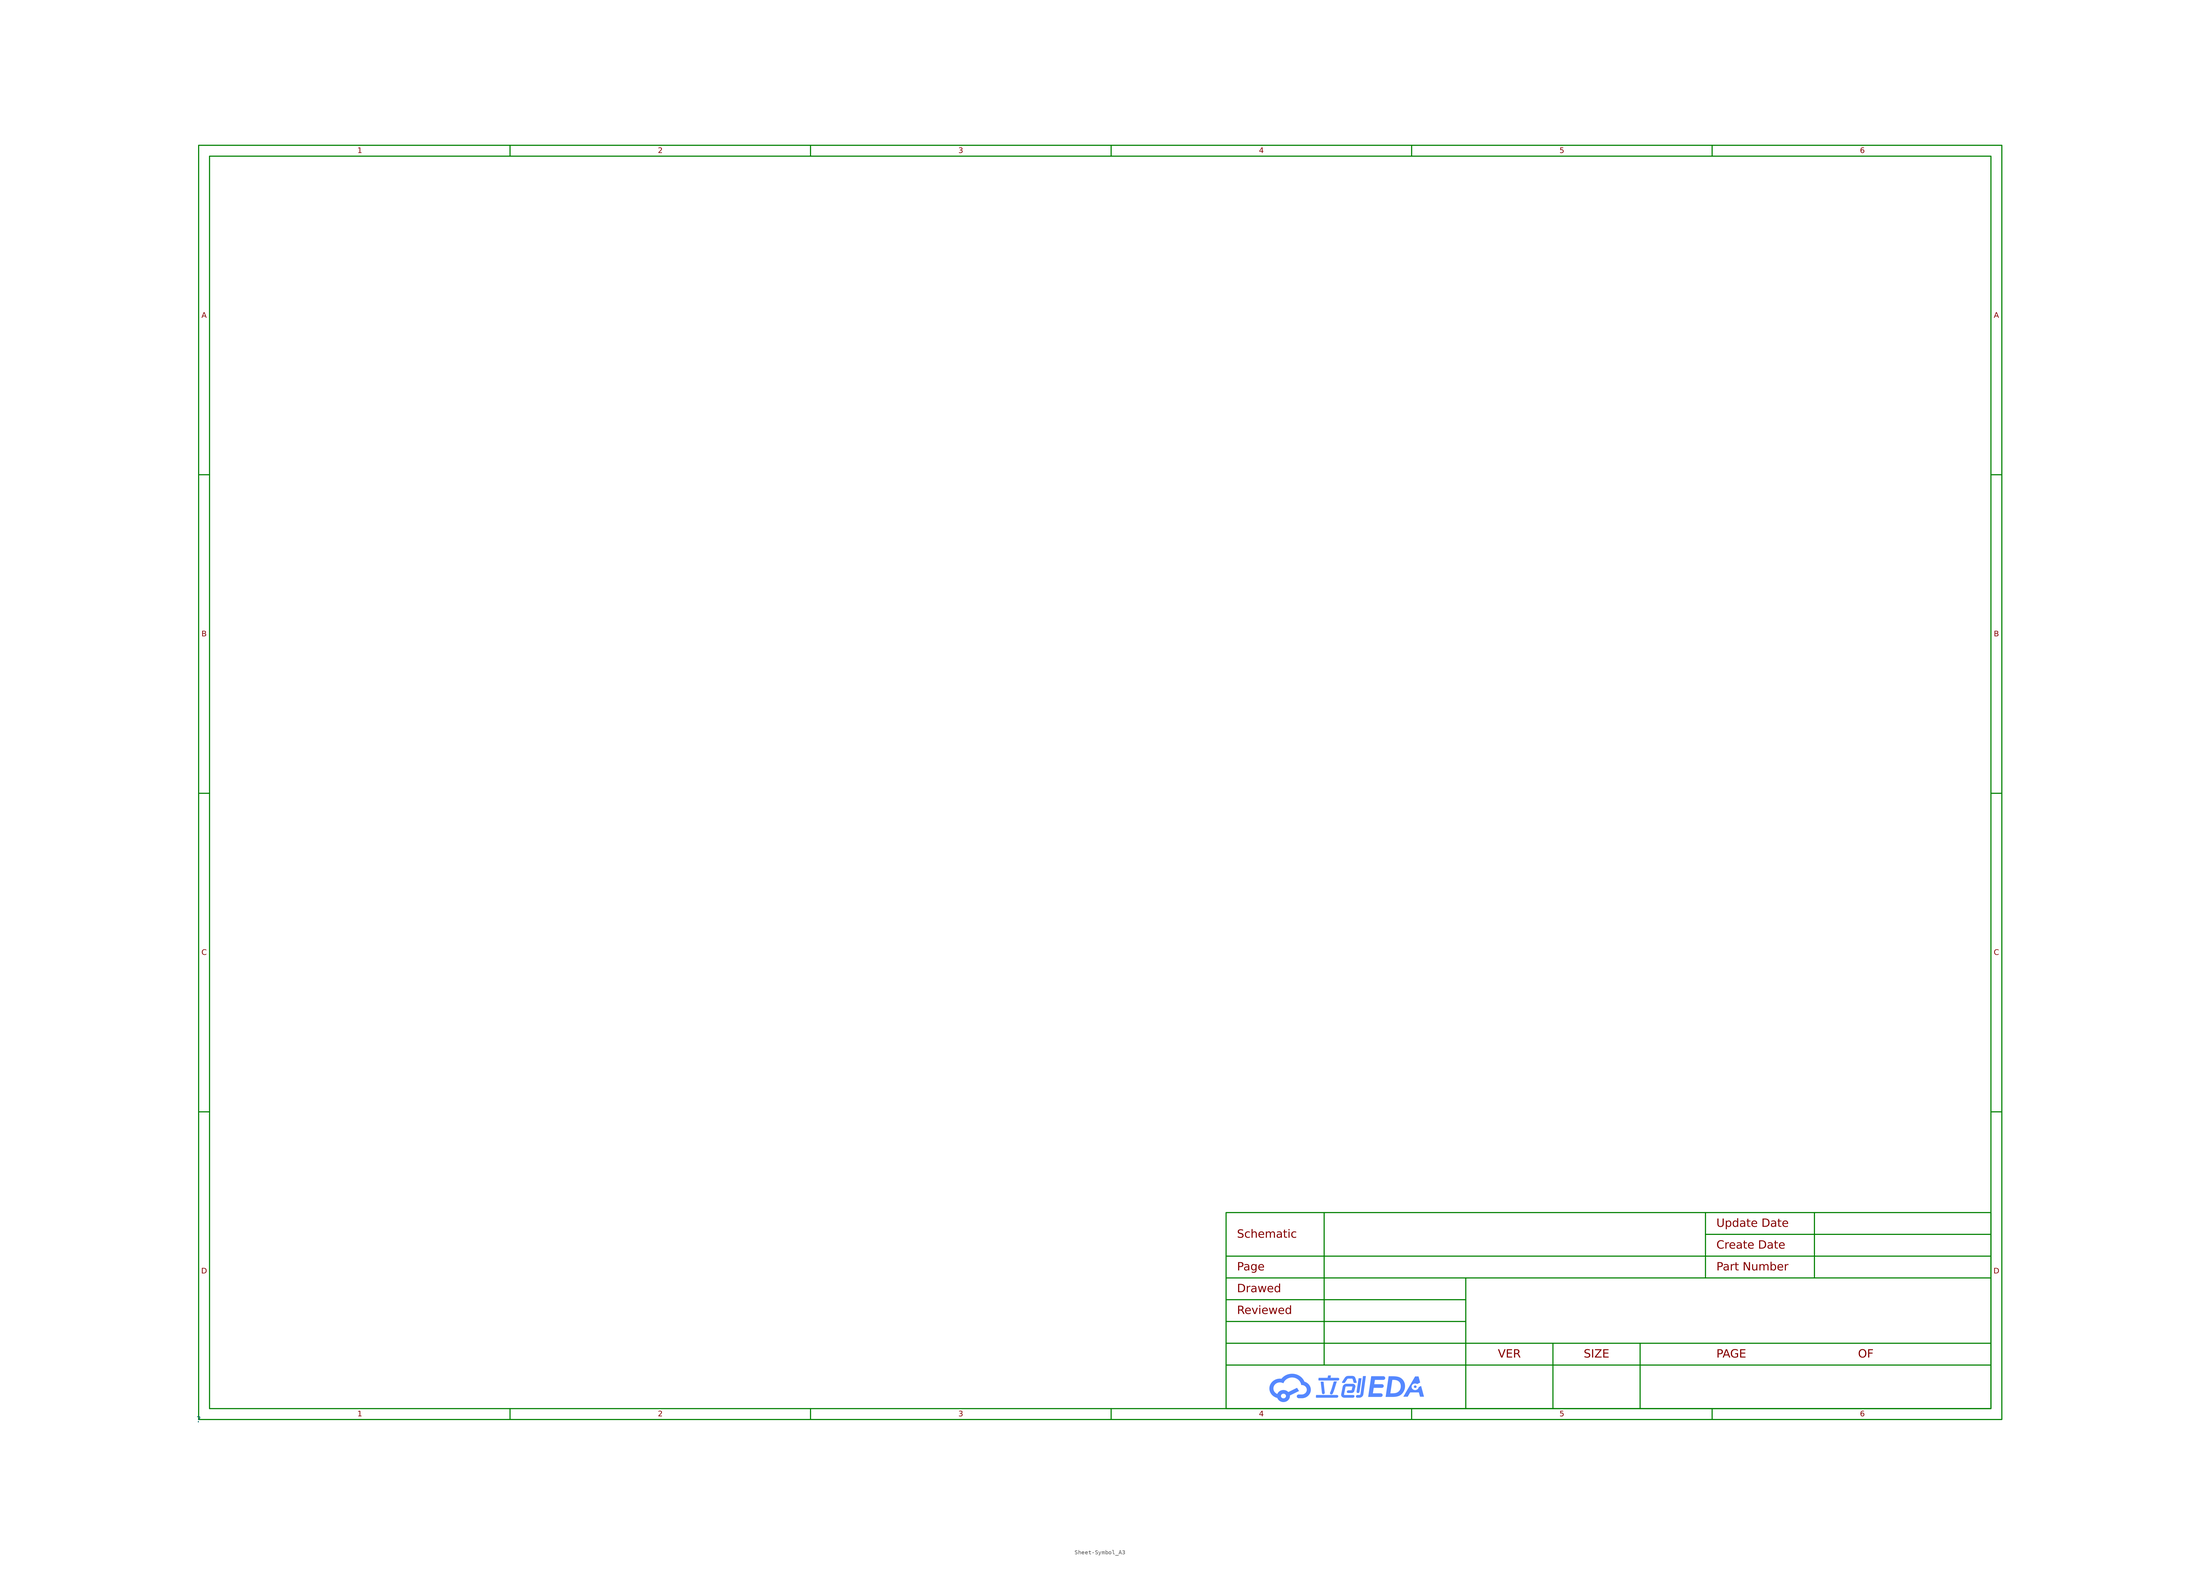
<source format=kicad_sym>
(kicad_symbol_lib
  (version 20241209)
  (generator "kicad_symbol_editor")
  (generator_version "9.0")
  (symbol "Sheet-Symbol_A3"
    (property "Reference" ""
      (at 0 0 0)
      (effects (font (size 1.27 1.27))))
    (property "Value" ""
      (at 0 0 0)
      (effects (font (size 1.27 1.27))))
    (symbol "Sheet-Symbol_A3_0_0"
      (polyline (pts (xy 255.053 10.671) (xy 255.194 10.662) (xy 255.335 10.647) (xy 255.474 10.626) (xy 255.612 10.599) (xy 255.748 10.566) (xy 255.882 10.528) (xy 256.014 10.484) (xy 256.143 10.435) (xy 256.27 10.38) (xy 256.395 10.32) (xy 256.516 10.254) (xy 256.635 10.183) (xy 256.75 10.107) (xy 256.861 10.026) (xy 256.97 9.94) (xy 257.038 9.881) (xy 257.104 9.821) (xy 257.168 9.759) (xy 257.23 9.695) (xy 257.289 9.63) (xy 257.346 9.563) (xy 257.401 9.495) (xy 257.454 9.426) (xy 257.504 9.355) (xy 257.552 9.283) (xy 257.598 9.21) (xy 257.641 9.135) (xy 257.682 9.059) (xy 257.721 8.983) (xy 257.757 8.905) (xy 257.791 8.826) (xy 257.95 8.773) (xy 258.103 8.709) (xy 258.249 8.634) (xy 258.389 8.549) (xy 258.52 8.455) (xy 258.643 8.351) (xy 258.757 8.239) (xy 258.861 8.119) (xy 258.955 7.992) (xy 259.038 7.857) (xy 259.11 7.717) (xy 259.17 7.57) (xy 259.217 7.418) (xy 259.252 7.262) (xy 259.264 7.182) (xy 259.273 7.101) (xy 259.278 7.019) (xy 259.279 6.936) (xy 259.277 6.843) (xy 259.27 6.75) (xy 259.258 6.658) (xy 259.242 6.567) (xy 259.221 6.477) (xy 259.196 6.388) (xy 259.166 6.301) (xy 259.133 6.214) (xy 259.094 6.13) (xy 259.052 6.047) (xy 259.006 5.965) (xy 258.955 5.886) (xy 258.9 5.809) (xy 258.842 5.734) (xy 258.779 5.661) (xy 258.712 5.591) (xy 258.643 5.524) (xy 258.571 5.46) (xy 258.495 5.4) (xy 258.418 5.344) (xy 258.337 5.291) (xy 258.255 5.242) (xy 258.17 5.196) (xy 258.083 5.154) (xy 257.994 5.116) (xy 257.903 5.082) (xy 257.811 5.051) (xy 257.717 5.025) (xy 257.621 5.002) (xy 257.524 4.984) (xy 257.426 4.97) (xy 257.327 4.96) (xy 257.286 4.957) (xy 257.246 4.957) (xy 256.434 4.957) (xy 256.434 4.962) (xy 256.411 4.964) (xy 256.389 4.967) (xy 256.367 4.971) (xy 256.345 4.976) (xy 256.324 4.982) (xy 256.303 4.989) (xy 256.283 4.997) (xy 256.263 5.005) (xy 256.243 5.015) (xy 256.224 5.025) (xy 256.206 5.036) (xy 256.188 5.048) (xy 256.171 5.06) (xy 256.155 5.073) (xy 256.139 5.087) (xy 256.124 5.101) (xy 256.11 5.116) (xy 256.096 5.132) (xy 256.083 5.148) (xy 256.071 5.165) (xy 256.06 5.182) (xy 256.049 5.2) (xy 256.04 5.218) (xy 256.031 5.237) (xy 256.024 5.256) (xy 256.017 5.276) (xy 256.011 5.296) (xy 256.006 5.316) (xy 256.002 5.337) (xy 256 5.358) (xy 255.998 5.38) (xy 255.997 5.401) (xy 255.998 5.424) (xy 256 5.446) (xy 256.003 5.468) (xy 256.007 5.49) (xy 256.012 5.511) (xy 256.019 5.532) (xy 256.026 5.553) (xy 256.035 5.573) (xy 256.044 5.593) (xy 256.055 5.612) (xy 256.066 5.63) (xy 256.079 5.648) (xy 256.092 5.665) (xy 256.106 5.682) (xy 256.121 5.698) (xy 256.137 5.713) (xy 256.154 5.728) (xy 256.171 5.742) (xy 256.189 5.755) (xy 256.207 5.768) (xy 256.227 5.779) (xy 256.247 5.79) (xy 256.267 5.799) (xy 256.288 5.808) (xy 256.31 5.816) (xy 256.332 5.823) (xy 256.354 5.829) (xy 256.377 5.834) (xy 256.401 5.838) (xy 256.424 5.841) (xy 256.448 5.843) (xy 256.473 5.843) (xy 256.484 5.843) (xy 256.496 5.843) (xy 256.508 5.842) (xy 256.519 5.841) (xy 256.531 5.84) (xy 256.543 5.838) (xy 256.555 5.837) (xy 256.566 5.834) (xy 257.248 5.834) (xy 257.305 5.84) (xy 257.361 5.848) (xy 257.416 5.859) (xy 257.47 5.872) (xy 257.523 5.887) (xy 257.575 5.905) (xy 257.626 5.924) (xy 257.675 5.946) (xy 257.724 5.97) (xy 257.771 5.995) (xy 257.816 6.023) (xy 257.86 6.052) (xy 257.903 6.083) (xy 257.944 6.116) (xy 257.983 6.151) (xy 258.021 6.187) (xy 258.056 6.225) (xy 258.09 6.264) (xy 258.122 6.305) (xy 258.152 6.347) (xy 258.18 6.39) (xy 258.206 6.435) (xy 258.23 6.48) (xy 258.251 6.527) (xy 258.271 6.575) (xy 258.288 6.624) (xy 258.302 6.674) (xy 258.314 6.725) (xy 258.323 6.777) (xy 258.33 6.829) (xy 258.334 6.883) (xy 258.336 6.936) (xy 258.334 6.993) (xy 258.329 7.05) (xy 258.322 7.105) (xy 258.311 7.16) (xy 258.298 7.213) (xy 258.282 7.266) (xy 258.263 7.317) (xy 258.242 7.367) (xy 258.218 7.416) (xy 258.192 7.464) (xy 258.163 7.51) (xy 258.132 7.555) (xy 258.099 7.599) (xy 258.064 7.641) (xy 258.026 7.681) (xy 257.987 7.719) (xy 257.946 7.756) (xy 257.902 7.79) (xy 257.857 7.823) (xy 257.811 7.854) (xy 257.762 7.883) (xy 257.712 7.91) (xy 257.661 7.934) (xy 257.608 7.956) (xy 257.554 7.976) (xy 257.499 7.994) (xy 257.442 8.008) (xy 257.385 8.021) (xy 257.326 8.03) (xy 257.267 8.037) (xy 257.206 8.042) (xy 257.145 8.043) (xy 257.116 8.043) (xy 257.102 8.043) (xy 257.087 8.043) (xy 257.073 8.042) (xy 257.058 8.041) (xy 257.044 8.04) (xy 257.03 8.039) (xy 257.016 8.131) (xy 256.998 8.222) (xy 256.976 8.311) (xy 256.949 8.399) (xy 256.918 8.485) (xy 256.883 8.569) (xy 256.844 8.651) (xy 256.802 8.732) (xy 256.755 8.81) (xy 256.705 8.886) (xy 256.652 8.96) (xy 256.595 9.031) (xy 256.534 9.1) (xy 256.471 9.166) (xy 256.404 9.23) (xy 256.335 9.29) (xy 256.263 9.348) (xy 256.188 9.403) (xy 256.11 9.455) (xy 256.029 9.504) (xy 255.947 9.549) (xy 255.862 9.591) (xy 255.774 9.629) (xy 255.685 9.664) (xy 255.594 9.694) (xy 255.5 9.722) (xy 255.405 9.745) (xy 255.309 9.764) (xy 255.21 9.779) (xy 255.111 9.79) (xy 255.01 9.797) (xy 254.907 9.799) (xy 254.82 9.798) (xy 254.732 9.793) (xy 254.646 9.785) (xy 254.561 9.773) (xy 254.477 9.759) (xy 254.394 9.742) (xy 254.313 9.721) (xy 254.232 9.698) (xy 254.154 9.672) (xy 254.076 9.643) (xy 254 9.612) (xy 253.926 9.578) (xy 253.853 9.541) (xy 253.782 9.502) (xy 253.713 9.46) (xy 253.646 9.416) (xy 253.581 9.37) (xy 253.517 9.321) (xy 253.456 9.27) (xy 253.397 9.217) (xy 253.34 9.162) (xy 253.286 9.106) (xy 253.234 9.047) (xy 253.184 8.986) (xy 253.137 8.923) (xy 253.092 8.859) (xy 253.05 8.793) (xy 253.01 8.726) (xy 252.974 8.656) (xy 252.94 8.586) (xy 252.909 8.514) (xy 252.881 8.44) (xy 252.837 8.465) (xy 252.791 8.489) (xy 252.745 8.511) (xy 252.698 8.531) (xy 252.65 8.55) (xy 252.601 8.568) (xy 252.551 8.584) (xy 252.501 8.598) (xy 252.45 8.611) (xy 252.398 8.623) (xy 252.345 8.632) (xy 252.292 8.64) (xy 252.239 8.646) (xy 252.185 8.651) (xy 252.13 8.654) (xy 252.075 8.655) (xy 251.996 8.653) (xy 251.919 8.647) (xy 251.843 8.638) (xy 251.768 8.626) (xy 251.695 8.61) (xy 251.623 8.591) (xy 251.552 8.569) (xy 251.483 8.543) (xy 251.416 8.515) (xy 251.35 8.484) (xy 251.286 8.45) (xy 251.225 8.413) (xy 251.165 8.374) (xy 251.108 8.332) (xy 251.053 8.287) (xy 251 8.24) (xy 250.95 8.191) (xy 250.902 8.14) (xy 250.857 8.087) (xy 250.815 8.031) (xy 250.775 7.974) (xy 250.738 7.915) (xy 250.705 7.854) (xy 250.674 7.791) (xy 250.647 7.727) (xy 250.623 7.662) (xy 250.603 7.595) (xy 250.586 7.526) (xy 250.573 7.457) (xy 250.563 7.386) (xy 250.557 7.315) (xy 250.555 7.242) (xy 250.556 7.188) (xy 250.56 7.134) (xy 250.565 7.081) (xy 250.572 7.029) (xy 250.582 6.977) (xy 250.593 6.926) (xy 250.607 6.876) (xy 250.622 6.826) (xy 250.639 6.777) (xy 250.658 6.729) (xy 250.679 6.682) (xy 250.702 6.635) (xy 250.726 6.59) (xy 250.752 6.545) (xy 250.78 6.502) (xy 250.809 6.46) (xy 250.84 6.418) (xy 250.873 6.378) (xy 250.907 6.339) (xy 250.942 6.301) (xy 250.979 6.264) (xy 251.017 6.228) (xy 251.056 6.194) (xy 251.097 6.161) (xy 251.139 6.129) (xy 251.182 6.099) (xy 251.227 6.07) (xy 251.272 6.043) (xy 251.319 6.017) (xy 251.367 5.992) (xy 251.415 5.969) (xy 251.465 5.948) (xy 251.509 6.048) (xy 251.56 6.144) (xy 251.619 6.236) (xy 251.685 6.324) (xy 251.757 6.406) (xy 251.836 6.483) (xy 251.921 6.554) (xy 252.012 6.62) (xy 252.107 6.678) (xy 252.208 6.731) (xy 252.313 6.776) (xy 252.422 6.813) (xy 252.535 6.843) (xy 252.652 6.865) (xy 252.771 6.878) (xy 252.832 6.882) (xy 252.893 6.883) (xy 252.978 6.881) (xy 253.061 6.874) (xy 253.143 6.864) (xy 253.224 6.849) (xy 253.302 6.83) (xy 253.379 6.808) (xy 253.455 6.782) (xy 253.528 6.753) (xy 253.599 6.72) (xy 253.668 6.683) (xy 253.735 6.644) (xy 253.8 6.601) (xy 253.862 6.556) (xy 253.921 6.508) (xy 253.978 6.457) (xy 254.031 6.403) (xy 256.065 7.396) (xy 256.53 6.646) (xy 254.403 5.609) (xy 254.405 5.592) (xy 254.406 5.575) (xy 254.408 5.558) (xy 254.409 5.541) (xy 254.41 5.524) (xy 254.41 5.506) (xy 254.411 5.489) (xy 254.411 5.473) (xy 254.409 5.4) (xy 254.403 5.329) (xy 254.393 5.258) (xy 254.38 5.189) (xy 254.363 5.121) (xy 254.342 5.054) (xy 254.319 4.989) (xy 254.291 4.925) (xy 254.261 4.863) (xy 254.227 4.802) (xy 254.191 4.743) (xy 254.152 4.686) (xy 254.109 4.631) (xy 254.064 4.578) (xy 254.017 4.527) (xy 253.966 4.478) (xy 253.914 4.431) (xy 253.859 4.387) (xy 253.802 4.345) (xy 253.742 4.306) (xy 253.681 4.269) (xy 253.617 4.235) (xy 253.552 4.204) (xy 253.485 4.176) (xy 253.416 4.15) (xy 253.346 4.128) (xy 253.274 4.109) (xy 253.201 4.093) (xy 253.126 4.081) (xy 253.05 4.072) (xy 252.974 4.067) (xy 252.896 4.065) (xy 252.834 4.066) (xy 252.772 4.069) (xy 252.712 4.075) (xy 252.651 4.083) (xy 252.592 4.093) (xy 252.534 4.106) (xy 252.476 4.12) (xy 252.419 4.136) (xy 252.364 4.155) (xy 252.309 4.175) (xy 252.255 4.197) (xy 252.202 4.221) (xy 252.151 4.247) (xy 252.101 4.275) (xy 252.052 4.304) (xy 252.004 4.335) (xy 251.958 4.368) (xy 251.913 4.402) (xy 251.87 4.438) (xy 251.828 4.476) (xy 251.787 4.514) (xy 251.749 4.554) (xy 251.712 4.596) (xy 251.676 4.639) (xy 251.643 4.683) (xy 251.611 4.729) (xy 251.581 4.775) (xy 251.553 4.823) (xy 251.526 4.872) (xy 251.502 4.921) (xy 251.48 4.972) (xy 251.46 5.024) (xy 251.374 5.047) (xy 251.289 5.072) (xy 251.204 5.1) (xy 251.122 5.131) (xy 251.04 5.164) (xy 250.96 5.2) (xy 250.881 5.239) (xy 250.804 5.281) (xy 250.728 5.325) (xy 250.655 5.372) (xy 250.582 5.421) (xy 250.512 5.473) (xy 252.312 5.473) (xy 252.313 5.445) (xy 252.315 5.417) (xy 252.319 5.39) (xy 252.324 5.363) (xy 252.331 5.337) (xy 252.339 5.311) (xy 252.348 5.285) (xy 252.359 5.261) (xy 252.37 5.236) (xy 252.383 5.213) (xy 252.398 5.19) (xy 252.413 5.168) (xy 252.429 5.147) (xy 252.447 5.126) (xy 252.465 5.106) (xy 252.485 5.088) (xy 252.505 5.069) (xy 252.526 5.052) (xy 252.548 5.036) (xy 252.571 5.021) (xy 252.595 5.007) (xy 252.62 4.994) (xy 252.645 4.982) (xy 252.671 4.971) (xy 252.697 4.961) (xy 252.725 4.953) (xy 252.752 4.945) (xy 252.781 4.939) (xy 252.809 4.934) (xy 252.839 4.931) (xy 252.868 4.929) (xy 252.898 4.928) (xy 252.928 4.929) (xy 252.958 4.931) (xy 252.988 4.935) (xy 253.016 4.939) (xy 253.045 4.946) (xy 253.073 4.953) (xy 253.1 4.962) (xy 253.126 4.971) (xy 253.152 4.982) (xy 253.178 4.994) (xy 253.202 5.008) (xy 253.226 5.022) (xy 253.249 5.037) (xy 253.271 5.053) (xy 253.292 5.07) (xy 253.313 5.088) (xy 253.332 5.107) (xy 253.35 5.127) (xy 253.368 5.148) (xy 253.384 5.169) (xy 253.399 5.191) (xy 253.413 5.214) (xy 253.426 5.237) (xy 253.438 5.261) (xy 253.448 5.286) (xy 253.458 5.311) (xy 253.466 5.337) (xy 253.472 5.364) (xy 253.477 5.39) (xy 253.481 5.417) (xy 253.483 5.445) (xy 253.484 5.473) (xy 253.483 5.501) (xy 253.481 5.529) (xy 253.477 5.556) (xy 253.472 5.583) (xy 253.465 5.609) (xy 253.458 5.635) (xy 253.448 5.66) (xy 253.438 5.685) (xy 253.426 5.709) (xy 253.413 5.732) (xy 253.399 5.755) (xy 253.383 5.777) (xy 253.367 5.799) (xy 253.35 5.819) (xy 253.331 5.839) (xy 253.312 5.858) (xy 253.291 5.876) (xy 253.27 5.893) (xy 253.248 5.909) (xy 253.225 5.924) (xy 253.201 5.939) (xy 253.177 5.952) (xy 253.151 5.964) (xy 253.125 5.974) (xy 253.099 5.984) (xy 253.072 5.993) (xy 253.044 6) (xy 253.016 6.006) (xy 252.987 6.011) (xy 252.958 6.014) (xy 252.928 6.016) (xy 252.898 6.017) (xy 252.868 6.016) (xy 252.839 6.014) (xy 252.809 6.011) (xy 252.781 6.006) (xy 252.752 6) (xy 252.725 5.993) (xy 252.697 5.984) (xy 252.671 5.974) (xy 252.645 5.964) (xy 252.62 5.952) (xy 252.595 5.939) (xy 252.571 5.924) (xy 252.548 5.909) (xy 252.526 5.893) (xy 252.505 5.876) (xy 252.485 5.858) (xy 252.465 5.839) (xy 252.447 5.819) (xy 252.429 5.799) (xy 252.413 5.777) (xy 252.398 5.755) (xy 252.383 5.732) (xy 252.37 5.709) (xy 252.359 5.685) (xy 252.348 5.66) (xy 252.339 5.635) (xy 252.331 5.609) (xy 252.324 5.583) (xy 252.319 5.556) (xy 252.315 5.529) (xy 252.313 5.501) (xy 252.312 5.473) (xy 250.512 5.473) (xy 250.512 5.473) (xy 250.444 5.527) (xy 250.377 5.584) (xy 250.313 5.643) (xy 250.25 5.705) (xy 250.175 5.785) (xy 250.105 5.869) (xy 250.039 5.954) (xy 249.978 6.043) (xy 249.921 6.133) (xy 249.869 6.226) (xy 249.821 6.321) (xy 249.778 6.417) (xy 249.74 6.515) (xy 249.707 6.615) (xy 249.679 6.717) (xy 249.656 6.819) (xy 249.638 6.923) (xy 249.625 7.028) (xy 249.617 7.134) (xy 249.614 7.24) (xy 249.617 7.354) (xy 249.626 7.467) (xy 249.641 7.579) (xy 249.662 7.69) (xy 249.688 7.799) (xy 249.72 7.906) (xy 249.758 8.012) (xy 249.801 8.116) (xy 249.849 8.217) (xy 249.904 8.317) (xy 249.963 8.414) (xy 250.027 8.508) (xy 250.097 8.6) (xy 250.172 8.689) (xy 250.252 8.775) (xy 250.337 8.858) (xy 250.425 8.937) (xy 250.518 9.011) (xy 250.613 9.08) (xy 250.712 9.145) (xy 250.813 9.205) (xy 250.918 9.26) (xy 251.025 9.311) (xy 251.134 9.356) (xy 251.246 9.396) (xy 251.36 9.431) (xy 251.475 9.461) (xy 251.593 9.485) (xy 251.712 9.504) (xy 251.833 9.518) (xy 251.954 9.527) (xy 252.077 9.529) (xy 252.121 9.529) (xy 252.165 9.528) (xy 252.209 9.526) (xy 252.253 9.524) (xy 252.297 9.521) (xy 252.341 9.517) (xy 252.384 9.512) (xy 252.428 9.507) (xy 252.463 9.55) (xy 252.499 9.593) (xy 252.536 9.635) (xy 252.573 9.676) (xy 252.612 9.717) (xy 252.651 9.757) (xy 252.691 9.797) (xy 252.732 9.835) (xy 252.774 9.874) (xy 252.816 9.911) (xy 252.86 9.948) (xy 252.904 9.984) (xy 252.95 10.019) (xy 252.996 10.054) (xy 253.042 10.088) (xy 253.09 10.121) (xy 253.191 10.186) (xy 253.294 10.248) (xy 253.399 10.306) (xy 253.506 10.36) (xy 253.614 10.409) (xy 253.725 10.454) (xy 253.838 10.496) (xy 253.952 10.533) (xy 254.067 10.566) (xy 254.184 10.594) (xy 254.302 10.618) (xy 254.422 10.638) (xy 254.542 10.654) (xy 254.664 10.665) (xy 254.786 10.672) (xy 254.91 10.674) (xy 255.053 10.671)) (stroke (width -0.0001) (type solid)) (fill (type color) (color 85 136 255 1)))
      (polyline (pts (xy 262.529 6.26) (xy 262.531 6.246) (xy 262.531 6.232) (xy 262.53 6.217) (xy 262.529 6.203) (xy 262.527 6.189) (xy 262.525 6.176) (xy 262.521 6.162) (xy 262.517 6.148) (xy 262.513 6.135) (xy 262.508 6.122) (xy 262.502 6.109) (xy 262.496 6.097) (xy 262.489 6.084) (xy 262.481 6.072) (xy 262.473 6.06) (xy 262.465 6.049) (xy 262.455 6.038) (xy 262.446 6.027) (xy 262.436 6.017) (xy 262.425 6.007) (xy 262.414 5.997) (xy 262.402 5.988) (xy 262.39 5.979) (xy 262.378 5.97) (xy 262.365 5.963) (xy 262.351 5.955) (xy 262.337 5.948) (xy 262.323 5.942) (xy 262.309 5.936) (xy 262.294 5.93) (xy 262.279 5.926) (xy 262.263 5.921) (xy 262.256 5.919) (xy 262.247 5.917) (xy 262.238 5.916) (xy 262.229 5.915) (xy 262.22 5.914) (xy 262.211 5.913) (xy 262.202 5.913) (xy 262.193 5.912) (xy 262.184 5.912) (xy 262.169 5.913) (xy 262.154 5.913) (xy 262.14 5.915) (xy 262.126 5.917) (xy 262.112 5.919) (xy 262.098 5.922) (xy 262.085 5.926) (xy 262.072 5.93) (xy 262.059 5.934) (xy 262.047 5.939) (xy 262.034 5.945) (xy 262.022 5.951) (xy 262.011 5.957) (xy 262 5.964) (xy 261.989 5.971) (xy 261.978 5.979) (xy 261.969 5.987) (xy 261.959 5.996) (xy 261.95 6.005) (xy 261.941 6.014) (xy 261.933 6.024) (xy 261.925 6.034) (xy 261.917 6.045) (xy 261.91 6.055) (xy 261.904 6.066) (xy 261.898 6.078) (xy 261.893 6.09) (xy 261.888 6.102) (xy 261.884 6.114) (xy 261.88 6.127) (xy 261.877 6.14) (xy 261.874 6.153) (xy 261.874 6.162) (xy 261.572 8.826) (xy 261.572 8.829) (xy 262.244 8.829) (xy 262.529 6.26)) (stroke (width -0.0001) (type solid)) (fill (type color) (color 85 136 255 1)))
      (polyline (pts (xy 263.874 9.726) (xy 265.593 9.726) (xy 265.611 9.725) (xy 265.629 9.724) (xy 265.647 9.722) (xy 265.664 9.719) (xy 265.681 9.716) (xy 265.697 9.711) (xy 265.714 9.706) (xy 265.729 9.7) (xy 265.744 9.694) (xy 265.759 9.686) (xy 265.773 9.677) (xy 265.787 9.668) (xy 265.8 9.658) (xy 265.812 9.647) (xy 265.824 9.636) (xy 265.835 9.623) (xy 265.846 9.611) (xy 265.856 9.598) (xy 265.865 9.585) (xy 265.874 9.571) (xy 265.881 9.557) (xy 265.888 9.543) (xy 265.894 9.528) (xy 265.899 9.513) (xy 265.904 9.498) (xy 265.907 9.482) (xy 265.91 9.466) (xy 265.911 9.45) (xy 265.912 9.434) (xy 265.912 9.418) (xy 265.911 9.401) (xy 265.909 9.384) (xy 265.909 9.38) (xy 265.907 9.365) (xy 265.904 9.35) (xy 265.899 9.335) (xy 265.895 9.321) (xy 265.889 9.307) (xy 265.883 9.293) (xy 265.877 9.28) (xy 265.869 9.266) (xy 265.861 9.254) (xy 265.853 9.241) (xy 265.844 9.229) (xy 265.834 9.218) (xy 265.824 9.207) (xy 265.813 9.196) (xy 265.802 9.186) (xy 265.79 9.176) (xy 265.778 9.167) (xy 265.766 9.158) (xy 265.753 9.149) (xy 265.74 9.142) (xy 265.726 9.134) (xy 265.712 9.128) (xy 265.697 9.121) (xy 265.682 9.116) (xy 265.667 9.111) (xy 265.652 9.107) (xy 265.636 9.103) (xy 265.62 9.1) (xy 265.604 9.097) (xy 265.588 9.096) (xy 265.571 9.095) (xy 265.554 9.094) (xy 261.197 9.094) (xy 261.197 9.096) (xy 261.189 9.097) (xy 261.181 9.098) (xy 261.173 9.099) (xy 261.166 9.1) (xy 261.158 9.102) (xy 261.151 9.104) (xy 261.143 9.106) (xy 261.136 9.109) (xy 261.129 9.112) (xy 261.123 9.115) (xy 261.116 9.119) (xy 261.11 9.123) (xy 261.104 9.127) (xy 261.098 9.131) (xy 261.092 9.136) (xy 261.087 9.141) (xy 261.082 9.146) (xy 261.077 9.151) (xy 261.072 9.157) (xy 261.068 9.162) (xy 261.064 9.168) (xy 261.06 9.174) (xy 261.056 9.181) (xy 261.053 9.187) (xy 261.05 9.194) (xy 261.048 9.2) (xy 261.046 9.207) (xy 261.044 9.214) (xy 261.043 9.222) (xy 261.042 9.229) (xy 261.041 9.236) (xy 261.041 9.244) (xy 261.041 9.252) (xy 261.041 9.255) (xy 261.041 9.259) (xy 261.042 9.262) (xy 261.042 9.264) (xy 261.042 9.266) (xy 261.042 9.268) (xy 261.043 9.269) (xy 261.043 9.271) (xy 261.043 9.273) (xy 261.089 9.723) (xy 263.185 9.726) (xy 263.264 10.152) (xy 263.265 10.159) (xy 263.267 10.165) (xy 263.268 10.172) (xy 263.27 10.178) (xy 263.272 10.185) (xy 263.275 10.191) (xy 263.278 10.197) (xy 263.281 10.203) (xy 263.284 10.209) (xy 263.288 10.214) (xy 263.292 10.22) (xy 263.296 10.225) (xy 263.3 10.23) (xy 263.305 10.235) (xy 263.31 10.24) (xy 263.315 10.244) (xy 263.32 10.248) (xy 263.325 10.252) (xy 263.331 10.256) (xy 263.337 10.26) (xy 263.343 10.263) (xy 263.349 10.266) (xy 263.355 10.269) (xy 263.362 10.271) (xy 263.368 10.274) (xy 263.375 10.276) (xy 263.382 10.277) (xy 263.389 10.279) (xy 263.396 10.28) (xy 263.403 10.281) (xy 263.41 10.281) (xy 263.418 10.281) (xy 263.427 10.281) (xy 263.965 10.281) (xy 263.874 9.726)) (stroke (width -0.0001) (type solid)) (fill (type color) (color 85 136 255 1)))
      (polyline (pts (xy 265.338 8.864) (xy 265.336 8.858) (xy 265.224 8.5) (xy 265.112 8.129) (xy 264.885 7.374) (xy 264.768 7.006) (xy 264.645 6.655) (xy 264.517 6.328) (xy 264.451 6.176) (xy 264.383 6.033) (xy 264.371 6.011) (xy 264.357 5.991) (xy 264.342 5.972) (xy 264.326 5.954) (xy 264.309 5.937) (xy 264.29 5.921) (xy 264.27 5.907) (xy 264.25 5.893) (xy 264.228 5.881) (xy 264.206 5.871) (xy 264.183 5.862) (xy 264.16 5.855) (xy 264.135 5.849) (xy 264.111 5.844) (xy 264.086 5.842) (xy 264.061 5.841) (xy 264.05 5.841) (xy 264.039 5.842) (xy 264.029 5.843) (xy 264.018 5.844) (xy 264.007 5.846) (xy 263.996 5.848) (xy 263.985 5.85) (xy 263.975 5.852) (xy 263.939 5.861) (xy 263.924 5.867) (xy 263.909 5.873) (xy 263.895 5.88) (xy 263.881 5.888) (xy 263.868 5.896) (xy 263.856 5.904) (xy 263.844 5.913) (xy 263.832 5.923) (xy 263.821 5.933) (xy 263.811 5.944) (xy 263.801 5.955) (xy 263.793 5.967) (xy 263.784 5.979) (xy 263.776 5.991) (xy 263.77 6.004) (xy 263.763 6.017) (xy 263.757 6.032) (xy 263.751 6.048) (xy 263.746 6.063) (xy 263.742 6.079) (xy 263.739 6.095) (xy 263.736 6.11) (xy 263.735 6.126) (xy 263.735 6.142) (xy 263.735 6.158) (xy 263.736 6.174) (xy 263.739 6.19) (xy 263.742 6.205) (xy 263.746 6.221) (xy 263.751 6.237) (xy 263.757 6.252) (xy 263.763 6.267) (xy 263.825 6.396) (xy 263.884 6.534) (xy 263.999 6.833) (xy 264.11 7.157) (xy 264.217 7.498) (xy 264.425 8.201) (xy 264.528 8.548) (xy 264.632 8.882) (xy 265.343 8.882) (xy 265.338 8.864)) (stroke (width -0.0001) (type solid)) (fill (type color) (color 85 136 255 1)))
      (polyline (pts (xy 265.381 5.72) (xy 265.398 5.719) (xy 265.414 5.717) (xy 265.43 5.714) (xy 265.446 5.71) (xy 265.462 5.706) (xy 265.477 5.701) (xy 265.492 5.695) (xy 265.507 5.688) (xy 265.521 5.681) (xy 265.536 5.673) (xy 265.549 5.664) (xy 265.563 5.654) (xy 265.575 5.644) (xy 265.588 5.634) (xy 265.6 5.622) (xy 265.611 5.61) (xy 265.621 5.597) (xy 265.63 5.584) (xy 265.639 5.57) (xy 265.647 5.556) (xy 265.654 5.541) (xy 265.66 5.526) (xy 265.665 5.511) (xy 265.67 5.496) (xy 265.673 5.48) (xy 265.676 5.464) (xy 265.678 5.448) (xy 265.679 5.432) (xy 265.679 5.416) (xy 265.678 5.4) (xy 265.677 5.383) (xy 265.674 5.368) (xy 265.672 5.353) (xy 265.668 5.338) (xy 265.664 5.323) (xy 265.659 5.309) (xy 265.654 5.295) (xy 265.648 5.281) (xy 265.641 5.267) (xy 265.634 5.254) (xy 265.626 5.241) (xy 265.617 5.228) (xy 265.608 5.216) (xy 265.598 5.205) (xy 265.588 5.193) (xy 265.578 5.182) (xy 265.566 5.172) (xy 265.555 5.162) (xy 265.543 5.152) (xy 265.53 5.143) (xy 265.517 5.135) (xy 265.504 5.127) (xy 265.491 5.119) (xy 265.477 5.112) (xy 265.463 5.106) (xy 265.448 5.1) (xy 265.433 5.095) (xy 265.418 5.091) (xy 265.403 5.087) (xy 265.387 5.084) (xy 265.372 5.081) (xy 265.356 5.079) (xy 265.34 5.078) (xy 265.324 5.078) (xy 260.614 5.078) (xy 260.606 5.078) (xy 260.597 5.079) (xy 260.589 5.08) (xy 260.582 5.081) (xy 260.574 5.082) (xy 260.566 5.085) (xy 260.559 5.087) (xy 260.552 5.09) (xy 260.545 5.093) (xy 260.538 5.096) (xy 260.531 5.099) (xy 260.525 5.103) (xy 260.518 5.107) (xy 260.512 5.112) (xy 260.507 5.116) (xy 260.501 5.121) (xy 260.496 5.126) (xy 260.491 5.132) (xy 260.486 5.137) (xy 260.482 5.143) (xy 260.478 5.149) (xy 260.474 5.155) (xy 260.471 5.162) (xy 260.468 5.168) (xy 260.465 5.175) (xy 260.462 5.182) (xy 260.46 5.189) (xy 260.459 5.196) (xy 260.457 5.203) (xy 260.456 5.21) (xy 260.455 5.218) (xy 260.455 5.225) (xy 260.455 5.227) (xy 260.453 5.227) (xy 260.503 5.72) (xy 265.365 5.72) (xy 265.381 5.72)) (stroke (width -0.0001) (type solid)) (fill (type color) (color 85 136 255 1)))
      (polyline (pts (xy 268.888 10.174) (xy 268.929 10.172) (xy 268.968 10.17) (xy 269.007 10.167) (xy 269.044 10.162) (xy 269.08 10.157) (xy 269.115 10.151) (xy 269.149 10.144) (xy 269.182 10.136) (xy 269.214 10.127) (xy 269.245 10.117) (xy 269.275 10.106) (xy 269.303 10.095) (xy 269.331 10.082) (xy 269.358 10.068) (xy 269.383 10.054) (xy 269.395 10.045) (xy 269.417 10.028) (xy 269.437 10.011) (xy 269.458 9.992) (xy 269.478 9.972) (xy 269.497 9.95) (xy 269.516 9.928) (xy 269.534 9.905) (xy 269.552 9.88) (xy 269.569 9.854) (xy 269.586 9.828) (xy 269.602 9.8) (xy 269.618 9.771) (xy 269.633 9.741) (xy 269.648 9.71) (xy 269.662 9.678) (xy 269.676 9.645) (xy 269.678 9.641) (xy 269.964 8.715) (xy 269.962 8.715) (xy 269.964 8.71) (xy 269.965 8.705) (xy 269.966 8.7) (xy 269.967 8.694) (xy 269.968 8.689) (xy 269.969 8.684) (xy 269.969 8.678) (xy 269.969 8.672) (xy 269.969 8.665) (xy 269.968 8.658) (xy 269.967 8.65) (xy 269.966 8.643) (xy 269.964 8.636) (xy 269.962 8.629) (xy 269.959 8.623) (xy 269.957 8.616) (xy 269.954 8.61) (xy 269.95 8.603) (xy 269.946 8.597) (xy 269.942 8.591) (xy 269.938 8.586) (xy 269.933 8.58) (xy 269.928 8.575) (xy 269.923 8.57) (xy 269.918 8.565) (xy 269.912 8.56) (xy 269.906 8.556) (xy 269.9 8.552) (xy 269.894 8.548) (xy 269.887 8.545) (xy 269.881 8.542) (xy 269.874 8.539) (xy 269.867 8.536) (xy 269.859 8.534) (xy 269.852 8.532) (xy 269.844 8.53) (xy 269.837 8.529) (xy 269.829 8.528) (xy 269.821 8.528) (xy 269.813 8.527) (xy 269.81 8.527) (xy 269.808 8.527) (xy 269.806 8.527) (xy 269.805 8.528) (xy 269.803 8.528) (xy 269.802 8.528) (xy 269.801 8.528) (xy 269.799 8.528) (xy 269.798 8.529) (xy 269.797 8.529) (xy 269.795 8.53) (xy 269.794 8.53) (xy 269.793 8.531) (xy 269.791 8.532) (xy 269.791 8.53) (xy 269.292 8.53) (xy 269.018 9.411) (xy 269.015 9.418) (xy 269.012 9.426) (xy 269.009 9.433) (xy 269.005 9.441) (xy 269.001 9.448) (xy 268.997 9.455) (xy 268.992 9.461) (xy 268.987 9.468) (xy 268.982 9.475) (xy 268.977 9.481) (xy 268.971 9.487) (xy 268.966 9.493) (xy 268.96 9.498) (xy 268.954 9.504) (xy 268.948 9.509) (xy 268.942 9.514) (xy 268.937 9.517) (xy 268.931 9.519) (xy 268.925 9.522) (xy 268.919 9.524) (xy 268.912 9.526) (xy 268.905 9.528) (xy 268.897 9.53) (xy 268.888 9.532) (xy 268.88 9.533) (xy 268.87 9.535) (xy 268.86 9.536) (xy 268.85 9.537) (xy 268.839 9.537) (xy 268.828 9.538) (xy 268.817 9.538) (xy 268.805 9.538) (xy 268.032 9.538) (xy 268.018 9.538) (xy 268.005 9.538) (xy 267.993 9.537) (xy 267.98 9.536) (xy 267.969 9.535) (xy 267.957 9.534) (xy 267.946 9.532) (xy 267.935 9.53) (xy 267.925 9.528) (xy 267.915 9.525) (xy 267.905 9.522) (xy 267.896 9.519) (xy 267.887 9.516) (xy 267.879 9.513) (xy 267.871 9.509) (xy 267.864 9.505) (xy 267.855 9.499) (xy 267.846 9.493) (xy 267.837 9.487) (xy 267.828 9.48) (xy 267.82 9.473) (xy 267.811 9.466) (xy 267.803 9.458) (xy 267.795 9.45) (xy 267.787 9.442) (xy 267.779 9.434) (xy 267.771 9.425) (xy 267.764 9.416) (xy 267.757 9.407) (xy 267.75 9.397) (xy 267.743 9.387) (xy 267.736 9.377) (xy 267.734 9.373) (xy 267.633 9.22) (xy 267.526 9.053) (xy 267.419 8.885) (xy 267.319 8.724) (xy 267.307 8.706) (xy 267.189 8.527) (xy 266.699 8.527) (xy 266.695 8.527) (xy 266.687 8.528) (xy 266.678 8.528) (xy 266.671 8.529) (xy 266.663 8.53) (xy 266.656 8.532) (xy 266.648 8.534) (xy 266.641 8.536) (xy 266.634 8.539) (xy 266.627 8.542) (xy 266.62 8.545) (xy 266.613 8.548) (xy 266.607 8.552) (xy 266.601 8.556) (xy 266.595 8.56) (xy 266.589 8.565) (xy 266.584 8.57) (xy 266.579 8.575) (xy 266.574 8.58) (xy 266.569 8.586) (xy 266.565 8.591) (xy 266.561 8.597) (xy 266.557 8.603) (xy 266.554 8.61) (xy 266.551 8.616) (xy 266.548 8.623) (xy 266.546 8.629) (xy 266.543 8.636) (xy 266.542 8.643) (xy 266.54 8.65) (xy 266.539 8.658) (xy 266.539 8.665) (xy 266.538 8.672) (xy 266.539 8.677) (xy 266.539 8.681) (xy 266.539 8.686) (xy 266.54 8.69) (xy 266.541 8.695) (xy 266.541 8.699) (xy 266.542 8.703) (xy 266.544 8.708) (xy 266.545 8.712) (xy 266.546 8.716) (xy 266.548 8.72) (xy 266.55 8.724) (xy 266.551 8.728) (xy 266.553 8.732) (xy 266.555 8.736) (xy 266.558 8.739) (xy 266.555 8.742) (xy 267.158 9.677) (xy 267.177 9.706) (xy 267.196 9.735) (xy 267.216 9.763) (xy 267.237 9.791) (xy 267.258 9.817) (xy 267.28 9.843) (xy 267.303 9.868) (xy 267.326 9.892) (xy 267.35 9.915) (xy 267.374 9.937) (xy 267.399 9.958) (xy 267.425 9.979) (xy 267.451 9.998) (xy 267.478 10.017) (xy 267.505 10.035) (xy 267.532 10.051) (xy 267.559 10.066) (xy 267.587 10.08) (xy 267.615 10.093) (xy 267.645 10.104) (xy 267.675 10.116) (xy 267.707 10.126) (xy 267.739 10.135) (xy 267.773 10.143) (xy 267.807 10.15) (xy 267.842 10.156) (xy 267.878 10.162) (xy 267.916 10.166) (xy 267.954 10.17) (xy 267.992 10.172) (xy 268.032 10.174) (xy 268.072 10.174) (xy 268.846 10.174) (xy 268.888 10.174)) (stroke (width -0.0001) (type solid)) (fill (type color) (color 85 136 255 1)))
      (polyline (pts (xy 269.043 8.331) (xy 269.071 8.329) (xy 269.099 8.326) (xy 269.127 8.323) (xy 269.155 8.318) (xy 269.182 8.313) (xy 269.208 8.306) (xy 269.234 8.299) (xy 269.259 8.29) (xy 269.284 8.281) (xy 269.308 8.271) (xy 269.332 8.26) (xy 269.355 8.248) (xy 269.377 8.235) (xy 269.399 8.222) (xy 269.42 8.207) (xy 269.441 8.192) (xy 269.46 8.176) (xy 269.479 8.159) (xy 269.498 8.142) (xy 269.515 8.123) (xy 269.532 8.104) (xy 269.548 8.084) (xy 269.563 8.064) (xy 269.577 8.043) (xy 269.591 8.021) (xy 269.603 7.998) (xy 269.615 7.975) (xy 269.625 7.951) (xy 269.635 7.927) (xy 269.644 7.902) (xy 269.652 7.876) (xy 269.657 7.86) (xy 269.662 7.844) (xy 269.666 7.828) (xy 269.669 7.812) (xy 269.672 7.795) (xy 269.674 7.778) (xy 269.676 7.761) (xy 269.677 7.744) (xy 269.678 7.726) (xy 269.678 7.709) (xy 269.678 7.691) (xy 269.676 7.673) (xy 269.675 7.655) (xy 269.673 7.637) (xy 269.67 7.619) (xy 269.666 7.601) (xy 269.436 6.713) (xy 269.432 6.686) (xy 269.426 6.658) (xy 269.419 6.631) (xy 269.41 6.605) (xy 269.4 6.579) (xy 269.389 6.553) (xy 269.377 6.529) (xy 269.363 6.504) (xy 269.348 6.481) (xy 269.331 6.458) (xy 269.314 6.435) (xy 269.295 6.414) (xy 269.275 6.393) (xy 269.255 6.373) (xy 269.233 6.354) (xy 269.209 6.336) (xy 269.185 6.318) (xy 269.16 6.302) (xy 269.134 6.286) (xy 269.107 6.271) (xy 269.079 6.258) (xy 269.05 6.245) (xy 269.021 6.234) (xy 268.99 6.223) (xy 268.959 6.214) (xy 268.926 6.206) (xy 268.894 6.199) (xy 268.86 6.193) (xy 268.825 6.188) (xy 268.79 6.185) (xy 268.755 6.183) (xy 268.718 6.182) (xy 268.675 6.184) (xy 268.668 6.184) (xy 268.661 6.183) (xy 268.654 6.183) (xy 268.647 6.183) (xy 268.641 6.182) (xy 268.634 6.182) (xy 268.62 6.182) (xy 267.974 6.182) (xy 267.957 6.183) (xy 267.94 6.184) (xy 267.923 6.186) (xy 267.907 6.189) (xy 267.891 6.192) (xy 267.875 6.197) (xy 267.859 6.202) (xy 267.844 6.208) (xy 267.829 6.215) (xy 267.815 6.223) (xy 267.8 6.231) (xy 267.787 6.24) (xy 267.774 6.249) (xy 267.762 6.26) (xy 267.75 6.271) (xy 267.739 6.283) (xy 267.728 6.295) (xy 267.719 6.307) (xy 267.71 6.32) (xy 267.702 6.333) (xy 267.695 6.346) (xy 267.689 6.36) (xy 267.684 6.375) (xy 267.679 6.389) (xy 267.676 6.404) (xy 267.673 6.418) (xy 267.671 6.434) (xy 267.67 6.449) (xy 267.67 6.464) (xy 267.67 6.479) (xy 267.672 6.495) (xy 267.674 6.51) (xy 267.676 6.526) (xy 267.68 6.541) (xy 267.683 6.556) (xy 267.688 6.57) (xy 267.693 6.584) (xy 267.699 6.598) (xy 267.706 6.612) (xy 267.713 6.625) (xy 267.721 6.639) (xy 267.729 6.651) (xy 267.738 6.664) (xy 267.748 6.676) (xy 267.758 6.688) (xy 267.78 6.71) (xy 267.804 6.73) (xy 267.829 6.749) (xy 267.856 6.765) (xy 267.87 6.772) (xy 267.885 6.779) (xy 267.899 6.786) (xy 267.914 6.791) (xy 267.93 6.796) (xy 267.945 6.801) (xy 267.961 6.805) (xy 267.976 6.808) (xy 267.993 6.811) (xy 268.009 6.812) (xy 268.025 6.813) (xy 268.041 6.814) (xy 268.687 6.814) (xy 268.693 6.814) (xy 268.698 6.814) (xy 268.704 6.815) (xy 268.709 6.816) (xy 268.714 6.817) (xy 268.719 6.818) (xy 268.724 6.819) (xy 268.729 6.821) (xy 268.734 6.823) (xy 268.739 6.825) (xy 268.744 6.827) (xy 268.748 6.83) (xy 268.753 6.832) (xy 268.757 6.835) (xy 268.761 6.838) (xy 268.765 6.841) (xy 268.769 6.845) (xy 268.773 6.848) (xy 268.776 6.852) (xy 268.78 6.856) (xy 268.783 6.86) (xy 268.786 6.864) (xy 268.789 6.869) (xy 268.792 6.873) (xy 268.794 6.878) (xy 268.797 6.883) (xy 268.799 6.888) (xy 268.801 6.893) (xy 268.803 6.898) (xy 268.804 6.903) (xy 268.806 6.909) (xy 268.807 6.914) (xy 268.987 7.646) (xy 268.988 7.649) (xy 268.988 7.652) (xy 268.989 7.654) (xy 268.989 7.657) (xy 268.99 7.659) (xy 268.99 7.661) (xy 268.99 7.663) (xy 268.99 7.665) (xy 268.99 7.667) (xy 268.99 7.669) (xy 268.99 7.67) (xy 268.99 7.672) (xy 268.99 7.674) (xy 268.99 7.675) (xy 268.99 7.676) (xy 268.989 7.678) (xy 268.989 7.679) (xy 268.989 7.68) (xy 268.988 7.681) (xy 268.988 7.682) (xy 268.987 7.683) (xy 268.987 7.684) (xy 268.987 7.684) (xy 268.986 7.685) (xy 268.985 7.687) (xy 268.984 7.688) (xy 268.982 7.691) (xy 268.975 7.7) (xy 268.973 7.7) (xy 268.971 7.7) (xy 268.968 7.701) (xy 268.964 7.701) (xy 268.959 7.702) (xy 268.953 7.702) (xy 268.946 7.702) (xy 267.503 7.702) (xy 267.496 7.702) (xy 267.488 7.702) (xy 267.482 7.701) (xy 267.476 7.7) (xy 267.47 7.7) (xy 267.465 7.699) (xy 267.462 7.698) (xy 267.46 7.698) (xy 267.457 7.697) (xy 267.455 7.697) (xy 267.453 7.696) (xy 267.451 7.695) (xy 267.449 7.694) (xy 267.447 7.693) (xy 267.445 7.692) (xy 267.443 7.692) (xy 267.442 7.691) (xy 267.44 7.69) (xy 267.436 7.687) (xy 267.433 7.685) (xy 267.43 7.682) (xy 267.427 7.679) (xy 267.415 7.671) (xy 267.409 7.667) (xy 267.405 7.663) (xy 267.4 7.66) (xy 267.397 7.656) (xy 267.393 7.652) (xy 267.389 7.649) (xy 267.387 7.645) (xy 267.384 7.641) (xy 267.381 7.637) (xy 267.379 7.633) (xy 267.377 7.628) (xy 267.375 7.623) (xy 267.373 7.619) (xy 267.372 7.613) (xy 267.37 7.607) (xy 267.369 7.601) (xy 267.026 5.865) (xy 267.025 5.86) (xy 267.024 5.854) (xy 267.023 5.849) (xy 267.023 5.844) (xy 267.022 5.84) (xy 267.022 5.835) (xy 267.022 5.83) (xy 267.022 5.826) (xy 267.022 5.822) (xy 267.023 5.818) (xy 267.023 5.814) (xy 267.024 5.811) (xy 267.024 5.807) (xy 267.025 5.804) (xy 267.026 5.801) (xy 267.027 5.797) (xy 267.028 5.794) (xy 267.029 5.792) (xy 267.03 5.789) (xy 267.031 5.786) (xy 267.032 5.784) (xy 267.034 5.781) (xy 267.036 5.777) (xy 267.039 5.773) (xy 267.042 5.769) (xy 267.045 5.766) (xy 267.047 5.763) (xy 267.052 5.758) (xy 267.057 5.753) (xy 267.063 5.748) (xy 267.068 5.743) (xy 267.074 5.739) (xy 267.08 5.735) (xy 267.086 5.731) (xy 267.092 5.728) (xy 267.099 5.725) (xy 267.106 5.723) (xy 267.112 5.72) (xy 267.12 5.718) (xy 267.127 5.717) (xy 267.134 5.715) (xy 267.142 5.714) (xy 267.15 5.714) (xy 267.158 5.714) (xy 269.153 5.714) (xy 269.171 5.713) (xy 269.188 5.712) (xy 269.205 5.71) (xy 269.222 5.707) (xy 269.238 5.704) (xy 269.254 5.699) (xy 269.27 5.694) (xy 269.285 5.688) (xy 269.299 5.681) (xy 269.314 5.674) (xy 269.327 5.666) (xy 269.341 5.657) (xy 269.353 5.648) (xy 269.365 5.638) (xy 269.377 5.627) (xy 269.388 5.615) (xy 269.398 5.603) (xy 269.408 5.59) (xy 269.417 5.577) (xy 269.425 5.564) (xy 269.432 5.55) (xy 269.438 5.535) (xy 269.444 5.521) (xy 269.448 5.506) (xy 269.452 5.49) (xy 269.455 5.475) (xy 269.457 5.459) (xy 269.458 5.444) (xy 269.458 5.428) (xy 269.457 5.412) (xy 269.455 5.395) (xy 269.453 5.379) (xy 269.45 5.368) (xy 269.447 5.353) (xy 269.443 5.337) (xy 269.438 5.323) (xy 269.433 5.308) (xy 269.427 5.294) (xy 269.42 5.28) (xy 269.413 5.266) (xy 269.405 5.253) (xy 269.397 5.24) (xy 269.388 5.228) (xy 269.378 5.216) (xy 269.368 5.204) (xy 269.358 5.193) (xy 269.346 5.182) (xy 269.335 5.172) (xy 269.323 5.162) (xy 269.31 5.153) (xy 269.298 5.144) (xy 269.284 5.135) (xy 269.271 5.128) (xy 269.257 5.12) (xy 269.243 5.114) (xy 269.228 5.107) (xy 269.213 5.102) (xy 269.198 5.097) (xy 269.183 5.092) (xy 269.167 5.089) (xy 269.151 5.086) (xy 269.135 5.083) (xy 269.119 5.081) (xy 269.102 5.08) (xy 269.086 5.08) (xy 267.091 5.08) (xy 267.067 5.08) (xy 267.043 5.081) (xy 267.02 5.083) (xy 266.997 5.085) (xy 266.975 5.087) (xy 266.954 5.09) (xy 266.932 5.094) (xy 266.911 5.098) (xy 266.891 5.103) (xy 266.871 5.109) (xy 266.852 5.115) (xy 266.832 5.121) (xy 266.814 5.129) (xy 266.795 5.136) (xy 266.777 5.145) (xy 266.759 5.154) (xy 266.723 5.17) (xy 266.688 5.187) (xy 266.655 5.207) (xy 266.623 5.228) (xy 266.593 5.25) (xy 266.564 5.274) (xy 266.536 5.3) (xy 266.511 5.327) (xy 266.487 5.356) (xy 266.465 5.386) (xy 266.444 5.418) (xy 266.426 5.45) (xy 266.409 5.484) (xy 266.394 5.519) (xy 266.381 5.556) (xy 266.37 5.593) (xy 266.365 5.611) (xy 266.361 5.63) (xy 266.357 5.649) (xy 266.353 5.668) (xy 266.351 5.687) (xy 266.348 5.706) (xy 266.347 5.726) (xy 266.346 5.746) (xy 266.345 5.766) (xy 266.345 5.786) (xy 266.346 5.806) (xy 266.347 5.827) (xy 266.349 5.848) (xy 266.352 5.868) (xy 266.355 5.889) (xy 266.358 5.91) (xy 266.699 7.644) (xy 266.707 7.678) (xy 266.716 7.712) (xy 266.727 7.745) (xy 266.74 7.778) (xy 266.754 7.811) (xy 266.769 7.843) (xy 266.786 7.875) (xy 266.805 7.906) (xy 266.825 7.936) (xy 266.847 7.966) (xy 266.87 7.995) (xy 266.894 8.023) (xy 266.919 8.05) (xy 266.946 8.076) (xy 266.975 8.101) (xy 267.004 8.126) (xy 267.036 8.15) (xy 267.068 8.172) (xy 267.101 8.194) (xy 267.135 8.213) (xy 267.169 8.232) (xy 267.204 8.249) (xy 267.239 8.264) (xy 267.275 8.278) (xy 267.311 8.29) (xy 267.348 8.301) (xy 267.384 8.31) (xy 267.421 8.318) (xy 267.459 8.323) (xy 267.496 8.328) (xy 267.533 8.33) (xy 267.571 8.331) (xy 269.014 8.331) (xy 269.043 8.331)) (stroke (width -0.0001) (type solid)) (fill (type color) (color 85 136 255 1)))
      (polyline (pts (xy 270.629 6.461) (xy 270.627 6.446) (xy 270.623 6.431) (xy 270.619 6.416) (xy 270.614 6.401) (xy 270.609 6.387) (xy 270.603 6.373) (xy 270.596 6.359) (xy 270.589 6.346) (xy 270.581 6.333) (xy 270.572 6.321) (xy 270.563 6.309) (xy 270.554 6.297) (xy 270.543 6.285) (xy 270.533 6.275) (xy 270.522 6.264) (xy 270.51 6.254) (xy 270.498 6.245) (xy 270.485 6.236) (xy 270.472 6.227) (xy 270.459 6.219) (xy 270.445 6.212) (xy 270.431 6.205) (xy 270.417 6.199) (xy 270.402 6.193) (xy 270.387 6.188) (xy 270.371 6.184) (xy 270.356 6.18) (xy 270.34 6.177) (xy 270.324 6.174) (xy 270.307 6.173) (xy 270.291 6.171) (xy 270.274 6.171) (xy 270.262 6.171) (xy 270.245 6.172) (xy 270.228 6.173) (xy 270.211 6.175) (xy 270.194 6.178) (xy 270.178 6.182) (xy 270.162 6.186) (xy 270.146 6.192) (xy 270.13 6.198) (xy 270.115 6.205) (xy 270.1 6.212) (xy 270.086 6.221) (xy 270.072 6.229) (xy 270.058 6.239) (xy 270.046 6.249) (xy 270.033 6.26) (xy 270.022 6.271) (xy 270.01 6.284) (xy 270 6.297) (xy 269.99 6.31) (xy 269.982 6.324) (xy 269.974 6.338) (xy 269.967 6.352) (xy 269.961 6.367) (xy 269.955 6.382) (xy 269.951 6.397) (xy 269.947 6.412) (xy 269.944 6.428) (xy 269.942 6.444) (xy 269.941 6.459) (xy 269.941 6.475) (xy 269.941 6.49) (xy 269.943 6.506) (xy 270.418 9.625) (xy 271.109 9.625) (xy 270.629 6.461)) (stroke (width -0.0001) (type solid)) (fill (type color) (color 85 136 255 1)))
      (polyline (pts (xy 271.522 5.87) (xy 271.512 5.809) (xy 271.497 5.75) (xy 271.478 5.692) (xy 271.456 5.636) (xy 271.43 5.583) (xy 271.4 5.531) (xy 271.366 5.481) (xy 271.33 5.433) (xy 271.29 5.388) (xy 271.247 5.346) (xy 271.2 5.306) (xy 271.151 5.268) (xy 271.099 5.234) (xy 271.044 5.203) (xy 270.987 5.174) (xy 270.927 5.149) (xy 270.907 5.14) (xy 270.887 5.132) (xy 270.866 5.124) (xy 270.846 5.117) (xy 270.825 5.111) (xy 270.804 5.105) (xy 270.783 5.1) (xy 270.761 5.095) (xy 270.739 5.091) (xy 270.717 5.087) (xy 270.695 5.084) (xy 270.672 5.082) (xy 270.649 5.08) (xy 270.626 5.079) (xy 270.602 5.078) (xy 270.579 5.078) (xy 270.108 5.078) (xy 270.091 5.078) (xy 270.074 5.08) (xy 270.057 5.082) (xy 270.041 5.085) (xy 270.024 5.088) (xy 270.008 5.093) (xy 269.992 5.098) (xy 269.976 5.104) (xy 269.961 5.111) (xy 269.946 5.119) (xy 269.932 5.127) (xy 269.918 5.136) (xy 269.905 5.146) (xy 269.892 5.156) (xy 269.88 5.167) (xy 269.868 5.178) (xy 269.857 5.191) (xy 269.847 5.203) (xy 269.838 5.217) (xy 269.829 5.23) (xy 269.821 5.244) (xy 269.814 5.258) (xy 269.808 5.273) (xy 269.803 5.288) (xy 269.798 5.303) (xy 269.795 5.319) (xy 269.792 5.334) (xy 269.79 5.35) (xy 269.789 5.366) (xy 269.789 5.382) (xy 269.79 5.398) (xy 269.791 5.415) (xy 269.794 5.426) (xy 269.796 5.441) (xy 269.8 5.456) (xy 269.804 5.471) (xy 269.809 5.485) (xy 269.814 5.499) (xy 269.82 5.513) (xy 269.827 5.527) (xy 269.835 5.54) (xy 269.843 5.553) (xy 269.851 5.565) (xy 269.861 5.577) (xy 269.87 5.589) (xy 269.881 5.601) (xy 269.892 5.612) (xy 269.903 5.622) (xy 269.915 5.632) (xy 269.927 5.641) (xy 269.94 5.651) (xy 269.952 5.659) (xy 269.966 5.667) (xy 269.98 5.675) (xy 269.994 5.681) (xy 270.008 5.688) (xy 270.023 5.694) (xy 270.038 5.699) (xy 270.053 5.703) (xy 270.069 5.707) (xy 270.084 5.71) (xy 270.1 5.713) (xy 270.116 5.715) (xy 270.133 5.716) (xy 270.149 5.716) (xy 270.62 5.716) (xy 270.63 5.716) (xy 270.64 5.717) (xy 270.65 5.718) (xy 270.659 5.719) (xy 270.669 5.721) (xy 270.678 5.724) (xy 270.687 5.726) (xy 270.696 5.73) (xy 270.705 5.733) (xy 270.714 5.737) (xy 270.722 5.742) (xy 270.731 5.747) (xy 270.739 5.753) (xy 270.747 5.758) (xy 270.755 5.765) (xy 270.764 5.772) (xy 270.772 5.78) (xy 270.78 5.789) (xy 270.787 5.798) (xy 270.795 5.806) (xy 270.801 5.815) (xy 270.808 5.824) (xy 270.813 5.833) (xy 270.819 5.843) (xy 270.824 5.852) (xy 270.828 5.861) (xy 270.832 5.87) (xy 270.836 5.88) (xy 270.839 5.889) (xy 270.841 5.898) (xy 270.844 5.907) (xy 270.845 5.917) (xy 271.433 10.134) (xy 272.118 10.134) (xy 271.522 5.87)) (stroke (width -0.0001) (type solid)) (fill (type color) (color 85 136 255 1)))
      (polyline (pts (xy 276.184 10.095) (xy 276.207 10.094) (xy 276.23 10.091) (xy 276.253 10.087) (xy 276.275 10.082) (xy 276.297 10.077) (xy 276.319 10.07) (xy 276.34 10.062) (xy 276.36 10.054) (xy 276.38 10.044) (xy 276.399 10.034) (xy 276.418 10.023) (xy 276.436 10.011) (xy 276.454 9.998) (xy 276.471 9.985) (xy 276.487 9.97) (xy 276.502 9.956) (xy 276.517 9.94) (xy 276.531 9.924) (xy 276.543 9.907) (xy 276.556 9.89) (xy 276.567 9.872) (xy 276.577 9.853) (xy 276.587 9.834) (xy 276.595 9.815) (xy 276.603 9.795) (xy 276.609 9.775) (xy 276.615 9.754) (xy 276.619 9.733) (xy 276.623 9.711) (xy 276.625 9.69) (xy 276.626 9.668) (xy 276.625 9.646) (xy 276.623 9.624) (xy 276.621 9.602) (xy 276.616 9.581) (xy 276.611 9.561) (xy 276.605 9.54) (xy 276.598 9.52) (xy 276.59 9.501) (xy 276.58 9.482) (xy 276.57 9.463) (xy 276.559 9.445) (xy 276.547 9.428) (xy 276.534 9.411) (xy 276.521 9.395) (xy 276.506 9.38) (xy 276.491 9.365) (xy 276.475 9.351) (xy 276.458 9.337) (xy 276.441 9.324) (xy 276.423 9.312) (xy 276.404 9.301) (xy 276.385 9.291) (xy 276.365 9.281) (xy 276.344 9.273) (xy 276.323 9.265) (xy 276.302 9.258) (xy 276.28 9.253) (xy 276.258 9.248) (xy 276.235 9.244) (xy 276.212 9.241) (xy 276.189 9.24) (xy 276.165 9.239) (xy 274.221 9.237) (xy 274.072 8.235) (xy 275.894 8.235) (xy 275.914 8.232) (xy 275.934 8.227) (xy 275.954 8.222) (xy 275.973 8.216) (xy 275.992 8.209) (xy 276.01 8.202) (xy 276.028 8.194) (xy 276.046 8.185) (xy 276.063 8.175) (xy 276.08 8.165) (xy 276.096 8.154) (xy 276.111 8.143) (xy 276.126 8.131) (xy 276.141 8.118) (xy 276.154 8.105) (xy 276.168 8.091) (xy 276.18 8.077) (xy 276.192 8.062) (xy 276.203 8.047) (xy 276.214 8.031) (xy 276.224 8.015) (xy 276.233 7.998) (xy 276.241 7.981) (xy 276.248 7.964) (xy 276.255 7.946) (xy 276.261 7.928) (xy 276.266 7.91) (xy 276.27 7.891) (xy 276.274 7.872) (xy 276.276 7.853) (xy 276.277 7.833) (xy 276.278 7.813) (xy 276.277 7.791) (xy 276.275 7.77) (xy 276.272 7.748) (xy 276.268 7.727) (xy 276.263 7.706) (xy 276.257 7.686) (xy 276.25 7.666) (xy 276.242 7.647) (xy 276.232 7.628) (xy 276.222 7.609) (xy 276.211 7.591) (xy 276.199 7.574) (xy 276.186 7.557) (xy 276.173 7.541) (xy 276.158 7.525) (xy 276.143 7.511) (xy 276.127 7.496) (xy 276.11 7.483) (xy 276.093 7.47) (xy 276.075 7.458) (xy 276.056 7.447) (xy 276.036 7.437) (xy 276.017 7.427) (xy 275.996 7.419) (xy 275.975 7.411) (xy 275.954 7.404) (xy 275.932 7.399) (xy 275.91 7.394) (xy 275.887 7.39) (xy 275.864 7.387) (xy 275.841 7.386) (xy 275.817 7.385) (xy 273.944 7.387) (xy 273.752 6.106) (xy 275.57 6.109) (xy 275.593 6.108) (xy 275.616 6.106) (xy 275.639 6.104) (xy 275.661 6.1) (xy 275.683 6.096) (xy 275.704 6.09) (xy 275.725 6.083) (xy 275.746 6.076) (xy 275.766 6.067) (xy 275.786 6.058) (xy 275.805 6.048) (xy 275.823 6.037) (xy 275.841 6.025) (xy 275.858 6.013) (xy 275.874 6) (xy 275.89 5.986) (xy 275.905 5.971) (xy 275.919 5.956) (xy 275.933 5.94) (xy 275.946 5.923) (xy 275.957 5.906) (xy 275.968 5.889) (xy 275.978 5.87) (xy 275.988 5.852) (xy 275.996 5.832) (xy 276.003 5.813) (xy 276.009 5.793) (xy 276.014 5.772) (xy 276.018 5.752) (xy 276.021 5.73) (xy 276.023 5.709) (xy 276.023 5.687) (xy 276.023 5.665) (xy 276.021 5.644) (xy 276.018 5.623) (xy 276.014 5.603) (xy 276.009 5.583) (xy 276.003 5.563) (xy 275.996 5.544) (xy 275.988 5.525) (xy 275.979 5.506) (xy 275.97 5.488) (xy 275.959 5.471) (xy 275.947 5.454) (xy 275.935 5.437) (xy 275.922 5.421) (xy 275.908 5.406) (xy 275.893 5.392) (xy 275.877 5.378) (xy 275.861 5.364) (xy 275.844 5.352) (xy 275.827 5.34) (xy 275.809 5.329) (xy 275.79 5.319) (xy 275.771 5.309) (xy 275.751 5.301) (xy 275.731 5.293) (xy 275.71 5.286) (xy 275.689 5.28) (xy 275.667 5.275) (xy 275.645 5.271) (xy 275.623 5.268) (xy 275.6 5.266) (xy 275.577 5.265) (xy 272.646 5.265) (xy 273.356 10.096) (xy 276.16 10.096) (xy 276.184 10.095)) (stroke (width -0.0001) (type solid)) (fill (type color) (color 85 136 255 1)))
      (polyline (pts (xy 278.389 10.093) (xy 278.527 10.09) (xy 278.66 10.085) (xy 278.789 10.078) (xy 278.913 10.069) (xy 279.032 10.058) (xy 279.147 10.045) (xy 279.257 10.03) (xy 279.362 10.013) (xy 279.463 9.994) (xy 279.559 9.974) (xy 279.65 9.951) (xy 279.737 9.926) (xy 279.819 9.899) (xy 279.897 9.87) (xy 279.97 9.839) (xy 280.04 9.806) (xy 280.108 9.771) (xy 280.175 9.734) (xy 280.24 9.694) (xy 280.303 9.652) (xy 280.364 9.608) (xy 280.424 9.562) (xy 280.483 9.513) (xy 280.539 9.462) (xy 280.594 9.409) (xy 280.648 9.353) (xy 280.7 9.295) (xy 280.75 9.235) (xy 280.798 9.172) (xy 280.844 9.108) (xy 280.889 9.041) (xy 280.932 8.972) (xy 280.972 8.902) (xy 281.009 8.83) (xy 281.044 8.757) (xy 281.075 8.683) (xy 281.104 8.608) (xy 281.131 8.531) (xy 281.154 8.453) (xy 281.175 8.374) (xy 281.193 8.293) (xy 281.208 8.211) (xy 281.22 8.128) (xy 281.23 8.044) (xy 281.237 7.958) (xy 281.241 7.871) (xy 281.242 7.782) (xy 281.241 7.691) (xy 281.236 7.601) (xy 281.229 7.513) (xy 281.219 7.424) (xy 281.206 7.337) (xy 281.19 7.251) (xy 281.17 7.165) (xy 281.148 7.081) (xy 281.123 6.997) (xy 281.095 6.915) (xy 281.065 6.833) (xy 281.031 6.752) (xy 280.994 6.672) (xy 280.954 6.592) (xy 280.911 6.514) (xy 280.865 6.437) (xy 280.818 6.361) (xy 280.769 6.289) (xy 280.718 6.219) (xy 280.666 6.151) (xy 280.612 6.087) (xy 280.556 6.024) (xy 280.499 5.965) (xy 280.441 5.907) (xy 280.381 5.853) (xy 280.319 5.801) (xy 280.256 5.752) (xy 280.191 5.705) (xy 280.125 5.661) (xy 280.057 5.62) (xy 279.988 5.58) (xy 279.917 5.544) (xy 279.844 5.51) (xy 279.767 5.478) (xy 279.687 5.449) (xy 279.603 5.421) (xy 279.516 5.396) (xy 279.425 5.373) (xy 279.331 5.352) (xy 279.233 5.333) (xy 279.132 5.317) (xy 279.028 5.303) (xy 278.92 5.29) (xy 278.808 5.28) (xy 278.693 5.273) (xy 278.575 5.267) (xy 278.453 5.264) (xy 278.328 5.263) (xy 276.712 5.263) (xy 276.836 6.106) (xy 277.821 6.106) (xy 278.143 6.106) (xy 278.322 6.108) (xy 278.488 6.114) (xy 278.567 6.118) (xy 278.642 6.123) (xy 278.714 6.129) (xy 278.782 6.136) (xy 278.848 6.144) (xy 278.91 6.152) (xy 278.969 6.162) (xy 279.025 6.172) (xy 279.077 6.184) (xy 279.127 6.196) (xy 279.173 6.209) (xy 279.216 6.222) (xy 279.274 6.244) (xy 279.33 6.267) (xy 279.385 6.292) (xy 279.438 6.319) (xy 279.49 6.348) (xy 279.541 6.378) (xy 279.59 6.411) (xy 279.637 6.445) (xy 279.683 6.481) (xy 279.728 6.519) (xy 279.771 6.559) (xy 279.813 6.6) (xy 279.853 6.644) (xy 279.892 6.689) (xy 279.929 6.736) (xy 279.965 6.785) (xy 279.999 6.835) (xy 280.031 6.887) (xy 280.061 6.941) (xy 280.088 6.995) (xy 280.113 7.051) (xy 280.136 7.109) (xy 280.157 7.168) (xy 280.176 7.228) (xy 280.192 7.29) (xy 280.207 7.353) (xy 280.219 7.418) (xy 280.228 7.484) (xy 280.236 7.551) (xy 280.242 7.62) (xy 280.245 7.69) (xy 280.246 7.762) (xy 280.245 7.821) (xy 280.243 7.879) (xy 280.239 7.936) (xy 280.233 7.992) (xy 280.226 8.046) (xy 280.218 8.099) (xy 280.208 8.151) (xy 280.196 8.202) (xy 280.183 8.252) (xy 280.168 8.3) (xy 280.151 8.347) (xy 280.134 8.393) (xy 280.114 8.438) (xy 280.093 8.482) (xy 280.071 8.524) (xy 280.047 8.565) (xy 280.021 8.605) (xy 279.995 8.644) (xy 279.967 8.682) (xy 279.937 8.718) (xy 279.907 8.753) (xy 279.875 8.787) (xy 279.842 8.82) (xy 279.808 8.852) (xy 279.772 8.883) (xy 279.735 8.912) (xy 279.697 8.94) (xy 279.658 8.968) (xy 279.617 8.994) (xy 279.575 9.019) (xy 279.532 9.042) (xy 279.487 9.065) (xy 279.441 9.087) (xy 279.393 9.107) (xy 279.343 9.125) (xy 279.291 9.143) (xy 279.237 9.158) (xy 279.182 9.173) (xy 279.125 9.186) (xy 279.065 9.198) (xy 279.005 9.208) (xy 278.942 9.217) (xy 278.877 9.224) (xy 278.81 9.23) (xy 278.742 9.235) (xy 278.671 9.239) (xy 278.599 9.241) (xy 278.525 9.241) (xy 278.28 9.241) (xy 277.821 6.106) (xy 276.836 6.106) (xy 277.423 10.094) (xy 278.246 10.094) (xy 278.389 10.093)) (stroke (width -0.0001) (type solid)) (fill (type color) (color 85 136 255 1)))
      (polyline (pts (xy 283.635 7.942) (xy 283.651 7.941) (xy 283.667 7.939) (xy 283.683 7.936) (xy 283.698 7.933) (xy 283.713 7.928) (xy 283.728 7.924) (xy 283.742 7.918) (xy 283.756 7.912) (xy 283.77 7.905) (xy 283.783 7.898) (xy 283.796 7.89) (xy 283.809 7.882) (xy 283.821 7.873) (xy 283.832 7.864) (xy 283.843 7.854) (xy 283.853 7.843) (xy 283.863 7.832) (xy 283.873 7.821) (xy 283.882 7.809) (xy 283.89 7.797) (xy 283.897 7.785) (xy 283.904 7.772) (xy 283.91 7.759) (xy 283.916 7.745) (xy 283.921 7.731) (xy 283.925 7.717) (xy 283.928 7.703) (xy 283.931 7.688) (xy 283.933 7.673) (xy 283.934 7.658) (xy 283.934 7.643) (xy 283.934 7.628) (xy 283.932 7.612) (xy 283.93 7.598) (xy 283.927 7.583) (xy 283.923 7.569) (xy 283.919 7.555) (xy 283.914 7.541) (xy 283.908 7.528) (xy 283.901 7.514) (xy 283.894 7.502) (xy 283.886 7.489) (xy 283.878 7.478) (xy 283.869 7.466) (xy 283.859 7.455) (xy 283.849 7.444) (xy 283.838 7.434) (xy 283.827 7.424) (xy 283.815 7.415) (xy 283.803 7.406) (xy 283.791 7.398) (xy 283.778 7.391) (xy 283.764 7.384) (xy 283.75 7.377) (xy 283.736 7.371) (xy 283.721 7.366) (xy 283.707 7.362) (xy 283.691 7.358) (xy 283.676 7.355) (xy 283.66 7.352) (xy 283.644 7.351) (xy 283.628 7.349) (xy 283.612 7.349) (xy 283.595 7.35) (xy 283.579 7.351) (xy 283.563 7.353) (xy 283.547 7.356) (xy 283.532 7.359) (xy 283.517 7.364) (xy 283.502 7.368) (xy 283.488 7.374) (xy 283.474 7.38) (xy 283.46 7.387) (xy 283.447 7.394) (xy 283.434 7.402) (xy 283.421 7.41) (xy 283.409 7.419) (xy 283.398 7.428) (xy 283.387 7.438) (xy 283.376 7.449) (xy 283.366 7.46) (xy 283.357 7.471) (xy 283.348 7.483) (xy 283.34 7.495) (xy 283.333 7.507) (xy 283.326 7.52) (xy 283.32 7.533) (xy 283.314 7.547) (xy 283.309 7.561) (xy 283.305 7.575) (xy 283.301 7.589) (xy 283.299 7.604) (xy 283.297 7.619) (xy 283.296 7.634) (xy 283.296 7.649) (xy 283.296 7.664) (xy 283.298 7.679) (xy 283.3 7.694) (xy 283.303 7.709) (xy 283.307 7.723) (xy 283.311 7.737) (xy 283.316 7.751) (xy 283.322 7.764) (xy 283.329 7.777) (xy 283.336 7.79) (xy 283.344 7.803) (xy 283.352 7.815) (xy 283.361 7.826) (xy 283.371 7.837) (xy 283.381 7.848) (xy 283.392 7.858) (xy 283.403 7.868) (xy 283.414 7.877) (xy 283.427 7.886) (xy 283.439 7.894) (xy 283.452 7.901) (xy 283.466 7.909) (xy 283.48 7.915) (xy 283.494 7.921) (xy 283.508 7.926) (xy 283.523 7.93) (xy 283.538 7.934) (xy 283.554 7.937) (xy 283.57 7.94) (xy 283.586 7.942) (xy 283.602 7.942) (xy 283.618 7.943) (xy 283.635 7.942)) (stroke (width -0.0001) (type solid)) (fill (type color) (color 85 136 255 1)))
      (polyline (pts (xy 284.774 8.621) (xy 284.068 8.26) (xy 284.043 8.275) (xy 284.017 8.291) (xy 283.99 8.305) (xy 283.963 8.318) (xy 283.935 8.33) (xy 283.907 8.342) (xy 283.878 8.352) (xy 283.849 8.361) (xy 283.819 8.37) (xy 283.788 8.377) (xy 283.757 8.383) (xy 283.726 8.389) (xy 283.694 8.393) (xy 283.662 8.396) (xy 283.63 8.397) (xy 283.597 8.398) (xy 283.555 8.397) (xy 283.513 8.394) (xy 283.471 8.389) (xy 283.431 8.382) (xy 283.391 8.374) (xy 283.352 8.364) (xy 283.313 8.351) (xy 283.276 8.338) (xy 283.239 8.322) (xy 283.204 8.305) (xy 283.169 8.287) (xy 283.135 8.267) (xy 283.103 8.245) (xy 283.072 8.223) (xy 283.042 8.199) (xy 283.013 8.173) (xy 282.986 8.146) (xy 282.96 8.119) (xy 282.935 8.09) (xy 282.913 8.06) (xy 282.891 8.028) (xy 282.871 7.996) (xy 282.853 7.963) (xy 282.836 7.929) (xy 282.822 7.894) (xy 282.809 7.859) (xy 282.798 7.822) (xy 282.788 7.785) (xy 282.781 7.747) (xy 282.776 7.709) (xy 282.772 7.67) (xy 282.772 7.63) (xy 282.772 7.591) (xy 282.776 7.552) (xy 282.781 7.513) (xy 282.788 7.476) (xy 282.798 7.439) (xy 282.809 7.402) (xy 282.822 7.367) (xy 282.836 7.332) (xy 282.853 7.298) (xy 282.871 7.264) (xy 282.891 7.232) (xy 282.913 7.201) (xy 282.935 7.171) (xy 282.96 7.142) (xy 282.986 7.114) (xy 283.013 7.088) (xy 283.042 7.062) (xy 283.072 7.038) (xy 283.103 7.015) (xy 283.135 6.994) (xy 283.169 6.974) (xy 283.204 6.955) (xy 283.239 6.939) (xy 283.276 6.923) (xy 283.313 6.909) (xy 283.352 6.897) (xy 283.391 6.887) (xy 283.431 6.878) (xy 283.471 6.872) (xy 283.513 6.867) (xy 283.555 6.864) (xy 283.597 6.863) (xy 283.637 6.864) (xy 283.676 6.866) (xy 283.715 6.87) (xy 283.753 6.876) (xy 283.79 6.884) (xy 283.827 6.893) (xy 283.863 6.904) (xy 283.898 6.915) (xy 283.933 6.929) (xy 283.966 6.944) (xy 283.999 6.96) (xy 284.031 6.978) (xy 284.062 6.996) (xy 284.092 7.016) (xy 284.121 7.038) (xy 284.149 7.06) (xy 284.176 7.083) (xy 284.202 7.108) (xy 284.226 7.134) (xy 284.249 7.16) (xy 284.272 7.188) (xy 284.292 7.216) (xy 284.312 7.246) (xy 284.329 7.276) (xy 284.346 7.307) (xy 284.361 7.339) (xy 284.375 7.371) (xy 284.387 7.405) (xy 284.397 7.438) (xy 284.406 7.473) (xy 284.413 7.508) (xy 284.418 7.543) (xy 284.987 7.833) (xy 285.664 5.312) (xy 284.735 5.312) (xy 284.464 6.318) (xy 282.443 6.318) (xy 281.864 5.312) (xy 280.834 5.312) (xy 283.585 10.047) (xy 284.392 10.047) (xy 284.774 8.621)) (stroke (width -0.0001) (type solid)) (fill (type color) (color 85 136 255 1))))
    (symbol "Sheet-Symbol_A3_1_0"
      (rectangle (start 0 297.18) (end 420.37 0) (stroke (width 0.254) (type solid) (color 0 128 1 1)) (fill (type none)))
      (polyline (pts (xy 0 220.345) (xy 2.54 220.345)) (stroke (width 0.254) (type solid) (color 0 128 1 1)) (fill (type none)))
      (polyline (pts (xy 0 146.05) (xy 2.54 146.05)) (stroke (width 0.254) (type solid) (color 0 128 1 1)) (fill (type none)))
      (polyline (pts (xy 0 71.755) (xy 2.54 71.755)) (stroke (width 0.254) (type solid) (color 0 128 1 1)) (fill (type none)))
      (rectangle (start 2.54 294.64) (end 417.83 2.54) (stroke (width 0.254) (type solid) (color 0 128 1 1)) (fill (type none)))
      (polyline (pts (xy 72.593 297.18) (xy 72.593 294.64)) (stroke (width 0.254) (type solid) (color 0 128 1 1)) (fill (type none)))
      (polyline (pts (xy 72.593 2.54) (xy 72.593 0)) (stroke (width 0.254) (type solid) (color 0 128 1 1)) (fill (type none)))
      (polyline (pts (xy 142.646 297.18) (xy 142.646 294.64)) (stroke (width 0.254) (type solid) (color 0 128 1 1)) (fill (type none)))
      (polyline (pts (xy 142.646 2.54) (xy 142.646 0)) (stroke (width 0.254) (type solid) (color 0 128 1 1)) (fill (type none)))
      (polyline (pts (xy 212.725 297.18) (xy 212.725 294.64)) (stroke (width 0.254) (type solid) (color 0 128 1 1)) (fill (type none)))
      (polyline (pts (xy 212.725 2.54) (xy 212.725 0)) (stroke (width 0.254) (type solid) (color 0 128 1 1)) (fill (type none)))
      (rectangle (start 239.522 48.26) (end 417.83 2.54) (stroke (width 0.254) (type solid) (color 0 128 0 1)) (fill (type none)))
      (polyline (pts (xy 262.382 12.7) (xy 262.382 48.26)) (stroke (width 0.254) (type solid) (color 0 128 0 1)) (fill (type none)))
      (polyline (pts (xy 282.778 297.18) (xy 282.778 294.64)) (stroke (width 0.254) (type solid) (color 0 128 1 1)) (fill (type none)))
      (polyline (pts (xy 282.778 2.54) (xy 282.778 0)) (stroke (width 0.254) (type solid) (color 0 128 1 1)) (fill (type none)))
      (polyline (pts (xy 295.402 33.02) (xy 295.402 2.54)) (stroke (width 0.254) (type solid) (color 0 128 0 1)) (fill (type none)))
      (polyline (pts (xy 295.402 27.94) (xy 239.522 27.94)) (stroke (width 0.254) (type solid) (color 0 128 0 1)) (fill (type none)))
      (polyline (pts (xy 295.402 22.86) (xy 239.522 22.86)) (stroke (width 0.254) (type solid) (color 0 128 0 1)) (fill (type none)))
      (polyline (pts (xy 315.722 2.54) (xy 315.722 17.78)) (stroke (width 0.254) (type solid) (color 0 128 0 1)) (fill (type none)))
      (polyline (pts (xy 336.042 17.78) (xy 336.042 2.54)) (stroke (width 0.254) (type solid) (color 0 128 0 1)) (fill (type none)))
      (polyline (pts (xy 351.282 48.26) (xy 351.282 33.02)) (stroke (width 0.254) (type solid) (color 0 128 0 1)) (fill (type none)))
      (polyline (pts (xy 352.831 297.18) (xy 352.831 294.64)) (stroke (width 0.254) (type solid) (color 0 128 1 1)) (fill (type none)))
      (polyline (pts (xy 352.831 2.54) (xy 352.831 0)) (stroke (width 0.254) (type solid) (color 0 128 1 1)) (fill (type none)))
      (polyline (pts (xy 376.682 33.02) (xy 376.682 48.26)) (stroke (width 0.254) (type solid) (color 0 128 0 1)) (fill (type none)))
      (polyline (pts (xy 417.83 220.345) (xy 420.37 220.345)) (stroke (width 0.254) (type solid) (color 0 128 1 1)) (fill (type none)))
      (polyline (pts (xy 417.83 146.05) (xy 420.37 146.05)) (stroke (width 0.254) (type solid) (color 0 128 1 1)) (fill (type none)))
      (polyline (pts (xy 417.83 71.755) (xy 420.37 71.755)) (stroke (width 0.254) (type solid) (color 0 128 1 1)) (fill (type none)))
      (polyline (pts (xy 417.83 43.18) (xy 351.282 43.18)) (stroke (width 0.254) (type solid) (color 0 128 0 1)) (fill (type none)))
      (polyline (pts (xy 417.83 38.1) (xy 239.522 38.1)) (stroke (width 0.254) (type solid) (color 0 128 0 1)) (fill (type none)))
      (polyline (pts (xy 417.83 33.02) (xy 239.522 33.02)) (stroke (width 0.254) (type solid) (color 0 128 0 1)) (fill (type none)))
      (polyline (pts (xy 417.83 17.78) (xy 239.522 17.78)) (stroke (width 0.254) (type solid) (color 0 128 0 1)) (fill (type none)))
      (polyline (pts (xy 417.83 12.7) (xy 239.522 12.7)) (stroke (width 0.254) (type solid) (color 0 128 0 1)) (fill (type none)))
      (text "A" (at 1.27 257.48 0) (effects (font (face "宋体") (size 1.27 1.27))))
      (text "B" (at 1.27 183.185 0) (effects (font (face "宋体") (size 1.27 1.27))))
      (text "C" (at 1.27 108.89 0) (effects (font (face "宋体") (size 1.27 1.27))))
      (text "D" (at 1.27 34.595 0) (effects (font (face "宋体") (size 1.27 1.27))))
      (text "1" (at 37.567 295.91 0) (effects (font (face "宋体") (size 1.27 1.27))))
      (text "1" (at 37.567 1.27 0) (effects (font (face "宋体") (size 1.27 1.27))))
      (text "2" (at 107.62 295.91 0) (effects (font (face "宋体") (size 1.27 1.27))))
      (text "2" (at 107.62 1.27 0) (effects (font (face "宋体") (size 1.27 1.27))))
      (text "3" (at 177.673 295.91 0) (effects (font (face "宋体") (size 1.27 1.27))))
      (text "3" (at 177.673 1.27 0) (effects (font (face "宋体") (size 1.27 1.27))))
      (text "Schematic" (at 242.062 43.18 0) (effects (font (face "宋体") (size 1.905 1.905)) (justify left)))
      (text "Page" (at 242.062 35.56 0) (effects (font (face "宋体") (size 1.905 1.905)) (justify left)))
      (text "Drawed" (at 242.062 30.48 0) (effects (font (face "宋体") (size 1.905 1.905)) (justify left)))
      (text "Reviewed" (at 242.062 25.4 0) (effects (font (face "宋体") (size 1.905 1.905)) (justify left)))
      (text "4" (at 247.752 295.91 0) (effects (font (face "宋体") (size 1.27 1.27))))
      (text "4" (at 247.752 1.27 0) (effects (font (face "宋体") (size 1.27 1.27))))
      (text "VER" (at 305.562 15.24 0) (effects (font (face "宋体") (size 1.905 1.905))))
      (text "5" (at 317.805 295.91 0) (effects (font (face "宋体") (size 1.27 1.27))))
      (text "5" (at 317.805 1.27 0) (effects (font (face "宋体") (size 1.27 1.27))))
      (text "SIZE" (at 325.882 15.24 0) (effects (font (face "宋体") (size 1.905 1.905))))
      (text "Update Date" (at 353.822 45.72 0) (effects (font (face "宋体") (size 1.905 1.905)) (justify left)))
      (text "Create Date" (at 353.822 40.64 0) (effects (font (face "宋体") (size 1.905 1.905)) (justify left)))
      (text "Part Number" (at 353.822 35.56 0) (effects (font (face "宋体") (size 1.905 1.905)) (justify left)))
      (text "PAGE" (at 353.822 15.24 0) (effects (font (face "宋体") (size 1.905 1.905)) (justify left)))
      (text "OF" (at 386.842 15.24 0) (effects (font (face "宋体") (size 1.905 1.905)) (justify left)))
      (text "6" (at 387.858 295.91 0) (effects (font (face "宋体") (size 1.27 1.27))))
      (text "6" (at 387.858 1.27 0) (effects (font (face "宋体") (size 1.27 1.27))))
      (text "A" (at 419.1 257.48 0) (effects (font (face "宋体") (size 1.27 1.27))))
      (text "B" (at 419.1 183.185 0) (effects (font (face "宋体") (size 1.27 1.27))))
      (text "C" (at 419.1 108.89 0) (effects (font (face "宋体") (size 1.27 1.27))))
      (text "D" (at 419.1 34.595 0) (effects (font (face "宋体") (size 1.27 1.27)))))))
</source>
